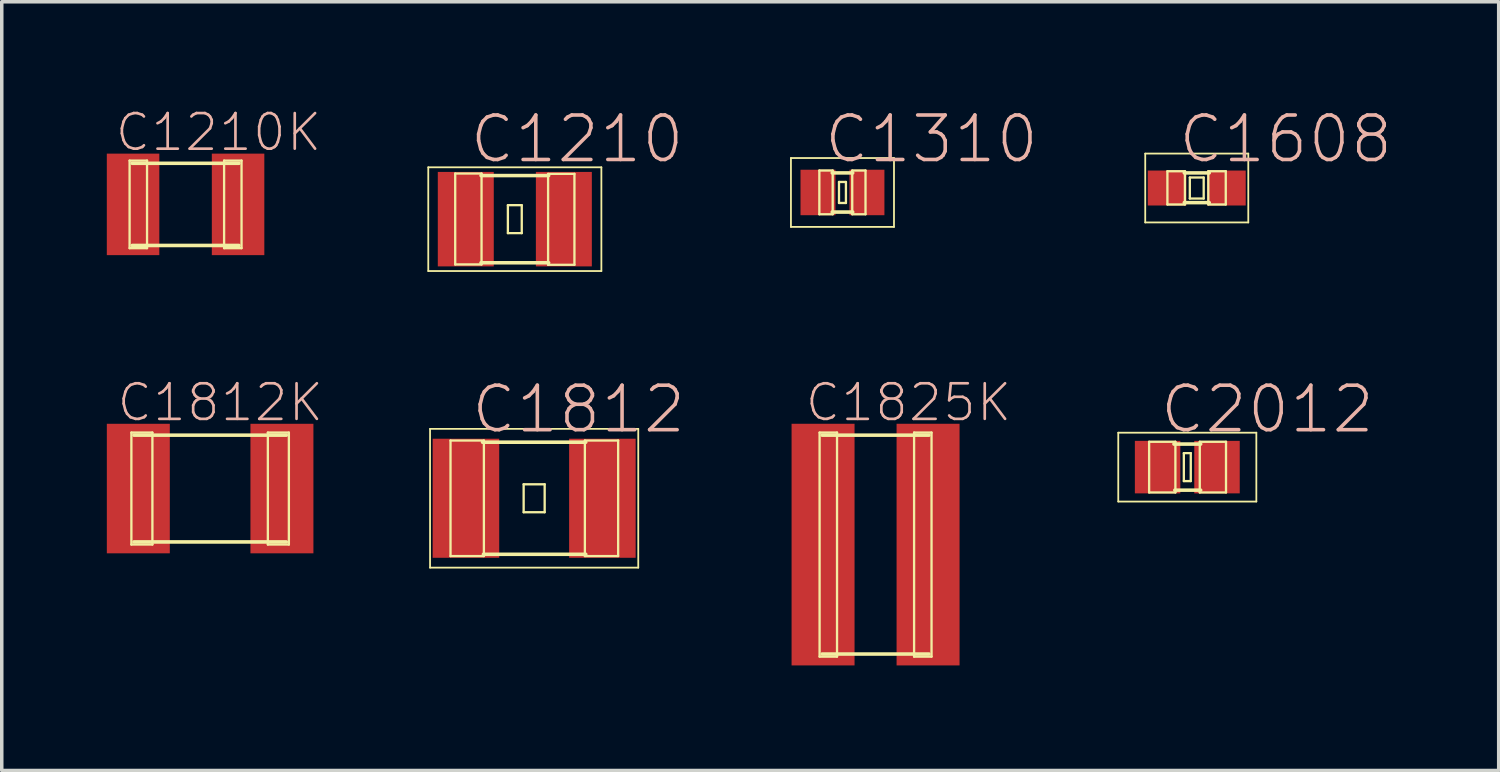
<source format=kicad_pcb>
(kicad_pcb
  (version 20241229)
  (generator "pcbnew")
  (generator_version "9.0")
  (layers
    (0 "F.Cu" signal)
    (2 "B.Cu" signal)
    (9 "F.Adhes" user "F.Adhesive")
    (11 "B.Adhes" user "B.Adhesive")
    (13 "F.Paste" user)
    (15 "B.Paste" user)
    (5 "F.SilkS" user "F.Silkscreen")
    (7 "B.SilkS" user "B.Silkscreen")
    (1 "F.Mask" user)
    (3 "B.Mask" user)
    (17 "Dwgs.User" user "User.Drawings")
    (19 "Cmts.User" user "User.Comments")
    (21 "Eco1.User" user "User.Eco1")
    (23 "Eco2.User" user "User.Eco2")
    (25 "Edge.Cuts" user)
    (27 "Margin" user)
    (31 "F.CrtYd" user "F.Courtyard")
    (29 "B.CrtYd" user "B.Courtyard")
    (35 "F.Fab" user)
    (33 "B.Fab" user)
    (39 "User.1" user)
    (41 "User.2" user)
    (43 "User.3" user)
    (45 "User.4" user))
  (footprint "C1825K"
    (layer "F.Cu")
    (at 21.947 12.498)
    (property "Reference" "C1825K" (at 0.94 -4.056 0) (layer "B.SilkS") (effects (font (size 1.016 1.016) (thickness 0.076))))
    (attr smd)
    (fp_line (start -1.598 -3.198) (end -1.1 -3.198) (stroke (width 0.066) (type solid)) (layer "F.SilkS"))
    (fp_line (start -1.598 3.198) (end -1.598 -3.198) (stroke (width 0.066) (type solid)) (layer "F.SilkS"))
    (fp_line (start -1.598 3.198) (end -1.1 3.198) (stroke (width 0.066) (type solid)) (layer "F.SilkS"))
    (fp_line (start -1.524 -3.124) (end 1.524 -3.124) (stroke (width 0.102) (type solid)) (layer "F.SilkS"))
    (fp_line (start -1.1 3.198) (end -1.1 -3.198) (stroke (width 0.066) (type solid)) (layer "F.SilkS"))
    (fp_line (start 1.1 -3.198) (end 1.598 -3.198) (stroke (width 0.066) (type solid)) (layer "F.SilkS"))
    (fp_line (start 1.1 3.198) (end 1.1 -3.198) (stroke (width 0.066) (type solid)) (layer "F.SilkS"))
    (fp_line (start 1.1 3.198) (end 1.598 3.198) (stroke (width 0.066) (type solid)) (layer "F.SilkS"))
    (fp_line (start 1.524 3.124) (end -1.524 3.124) (stroke (width 0.102) (type solid)) (layer "F.SilkS"))
    (fp_line (start 1.598 3.198) (end 1.598 -3.198) (stroke (width 0.066) (type solid)) (layer "F.SilkS"))
    (pad "1" smd rect (at -1.499 0) (size 1.798 6.899) (layers "F.Cu" "F.Mask" "F.Paste"))
    (pad "2" smd rect (at 1.499 0) (size 1.798 6.899) (layers "F.Cu" "F.Mask" "F.Paste")))
  (footprint "C2012"
    (layer "F.Cu")
    (at 30.847 10.286)
    (property "Reference" "C2012" (at 2.286 -1.651 0) (layer "B.SilkS") (effects (font (size 1.27 1.27) (thickness 0.102))))
    (attr smd)
    (fp_line (start -1.971 -0.983) (end 1.971 -0.983) (stroke (width 0.051) (type solid)) (layer "F.SilkS"))
    (fp_line (start -1.971 0.983) (end -1.971 -0.983) (stroke (width 0.051) (type solid)) (layer "F.SilkS"))
    (fp_line (start -1.09 -0.724) (end -0.34 -0.724) (stroke (width 0.066) (type solid)) (layer "F.SilkS"))
    (fp_line (start -1.09 0.724) (end -1.09 -0.724) (stroke (width 0.066) (type solid)) (layer "F.SilkS"))
    (fp_line (start -1.09 0.724) (end -0.34 0.724) (stroke (width 0.066) (type solid)) (layer "F.SilkS"))
    (fp_line (start -0.381 -0.658) (end 0.381 -0.658) (stroke (width 0.102) (type solid)) (layer "F.SilkS"))
    (fp_line (start -0.356 0.658) (end 0.381 0.658) (stroke (width 0.102) (type solid)) (layer "F.SilkS"))
    (fp_line (start -0.34 0.724) (end -0.34 -0.724) (stroke (width 0.066) (type solid)) (layer "F.SilkS"))
    (fp_line (start -0.099 -0.399) (end 0.099 -0.399) (stroke (width 0.066) (type solid)) (layer "F.SilkS"))
    (fp_line (start -0.099 0.399) (end -0.099 -0.399) (stroke (width 0.066) (type solid)) (layer "F.SilkS"))
    (fp_line (start -0.099 0.399) (end 0.099 0.399) (stroke (width 0.066) (type solid)) (layer "F.SilkS"))
    (fp_line (start 0.099 0.399) (end 0.099 -0.399) (stroke (width 0.066) (type solid)) (layer "F.SilkS"))
    (fp_line (start 0.356 -0.724) (end 1.105 -0.724) (stroke (width 0.066) (type solid)) (layer "F.SilkS"))
    (fp_line (start 0.356 0.724) (end 0.356 -0.724) (stroke (width 0.066) (type solid)) (layer "F.SilkS"))
    (fp_line (start 0.356 0.724) (end 1.105 0.724) (stroke (width 0.066) (type solid)) (layer "F.SilkS"))
    (fp_line (start 1.105 0.724) (end 1.105 -0.724) (stroke (width 0.066) (type solid)) (layer "F.SilkS"))
    (fp_line (start 1.971 -0.983) (end 1.971 0.983) (stroke (width 0.051) (type solid)) (layer "F.SilkS"))
    (fp_line (start 1.971 0.983) (end -1.971 0.983) (stroke (width 0.051) (type solid)) (layer "F.SilkS"))
    (pad "1" smd rect (at -0.848 0) (size 1.298 1.499) (layers "F.Cu" "F.Mask" "F.Paste"))
    (pad "2" smd rect (at 0.848 0) (size 1.298 1.499) (layers "F.Cu" "F.Mask" "F.Paste")))
  (footprint "C1210"
    (layer "F.Cu")
    (at 11.648 3.207)
    (property "Reference" "C1210" (at 1.778 -2.286 0) (layer "B.SilkS") (effects (font (size 1.27 1.27) (thickness 0.102))))
    (attr smd)
    (fp_line (start -2.471 -1.481) (end 2.471 -1.481) (stroke (width 0.051) (type solid)) (layer "F.SilkS"))
    (fp_line (start -2.471 1.481) (end -2.471 -1.481) (stroke (width 0.051) (type solid)) (layer "F.SilkS"))
    (fp_line (start -1.702 -1.303) (end -0.95 -1.303) (stroke (width 0.066) (type solid)) (layer "F.SilkS"))
    (fp_line (start -1.702 1.293) (end -1.702 -1.303) (stroke (width 0.066) (type solid)) (layer "F.SilkS"))
    (fp_line (start -1.702 1.293) (end -0.95 1.293) (stroke (width 0.066) (type solid)) (layer "F.SilkS"))
    (fp_line (start -0.965 -1.245) (end 0.965 -1.245) (stroke (width 0.102) (type solid)) (layer "F.SilkS"))
    (fp_line (start -0.965 1.245) (end 0.965 1.245) (stroke (width 0.102) (type solid)) (layer "F.SilkS"))
    (fp_line (start -0.95 1.293) (end -0.95 -1.303) (stroke (width 0.066) (type solid)) (layer "F.SilkS"))
    (fp_line (start -0.198 -0.399) (end 0.198 -0.399) (stroke (width 0.066) (type solid)) (layer "F.SilkS"))
    (fp_line (start -0.198 0.399) (end -0.198 -0.399) (stroke (width 0.066) (type solid)) (layer "F.SilkS"))
    (fp_line (start -0.198 0.399) (end 0.198 0.399) (stroke (width 0.066) (type solid)) (layer "F.SilkS"))
    (fp_line (start 0.198 0.399) (end 0.198 -0.399) (stroke (width 0.066) (type solid)) (layer "F.SilkS"))
    (fp_line (start 0.95 -1.293) (end 1.702 -1.293) (stroke (width 0.066) (type solid)) (layer "F.SilkS"))
    (fp_line (start 0.95 1.303) (end 0.95 -1.293) (stroke (width 0.066) (type solid)) (layer "F.SilkS"))
    (fp_line (start 0.95 1.303) (end 1.702 1.303) (stroke (width 0.066) (type solid)) (layer "F.SilkS"))
    (fp_line (start 1.702 1.303) (end 1.702 -1.293) (stroke (width 0.066) (type solid)) (layer "F.SilkS"))
    (fp_line (start 2.471 -1.481) (end 2.471 1.481) (stroke (width 0.051) (type solid)) (layer "F.SilkS"))
    (fp_line (start 2.471 1.481) (end -2.471 1.481) (stroke (width 0.051) (type solid)) (layer "F.SilkS"))
    (pad "1" smd rect (at -1.4 0) (size 1.598 2.697) (layers "F.Cu" "F.Mask" "F.Paste"))
    (pad "2" smd rect (at 1.4 0) (size 1.598 2.697) (layers "F.Cu" "F.Mask" "F.Paste")))
  (footprint "C1812K"
    (layer "F.Cu")
    (at 2.949 10.898)
    (property "Reference" "C1812K" (at 0.29 -2.456 0) (layer "B.SilkS") (effects (font (size 1.016 1.016) (thickness 0.076))))
    (attr smd)
    (fp_line (start -2.248 -1.598) (end -1.648 -1.598) (stroke (width 0.066) (type solid)) (layer "F.SilkS"))
    (fp_line (start -2.248 1.598) (end -2.248 -1.598) (stroke (width 0.066) (type solid)) (layer "F.SilkS"))
    (fp_line (start -2.248 1.598) (end -1.648 1.598) (stroke (width 0.066) (type solid)) (layer "F.SilkS"))
    (fp_line (start -2.174 -1.524) (end 2.174 -1.524) (stroke (width 0.102) (type solid)) (layer "F.SilkS"))
    (fp_line (start -1.648 1.598) (end -1.648 -1.598) (stroke (width 0.066) (type solid)) (layer "F.SilkS"))
    (fp_line (start 1.648 -1.598) (end 2.248 -1.598) (stroke (width 0.066) (type solid)) (layer "F.SilkS"))
    (fp_line (start 1.648 1.598) (end 1.648 -1.598) (stroke (width 0.066) (type solid)) (layer "F.SilkS"))
    (fp_line (start 1.648 1.598) (end 2.248 1.598) (stroke (width 0.066) (type solid)) (layer "F.SilkS"))
    (fp_line (start 2.174 1.524) (end -2.174 1.524) (stroke (width 0.102) (type solid)) (layer "F.SilkS"))
    (fp_line (start 2.248 1.598) (end 2.248 -1.598) (stroke (width 0.066) (type solid)) (layer "F.SilkS"))
    (pad "1" smd rect (at -2.05 0) (size 1.798 3.698) (layers "F.Cu" "F.Mask" "F.Paste"))
    (pad "2" smd rect (at 2.05 0) (size 1.798 3.698) (layers "F.Cu" "F.Mask" "F.Paste")))
  (footprint "C1812"
    (layer "F.Cu")
    (at 12.2 11.175)
    (property "Reference" "C1812" (at 1.27 -2.54 0) (layer "B.SilkS") (effects (font (size 1.27 1.27) (thickness 0.102))))
    (attr smd)
    (fp_line (start -2.972 -1.981) (end 2.972 -1.981) (stroke (width 0.051) (type solid)) (layer "F.SilkS"))
    (fp_line (start -2.972 1.981) (end -2.972 -1.981) (stroke (width 0.051) (type solid)) (layer "F.SilkS"))
    (fp_line (start -2.388 -1.648) (end -1.435 -1.648) (stroke (width 0.066) (type solid)) (layer "F.SilkS"))
    (fp_line (start -2.388 1.651) (end -2.388 -1.648) (stroke (width 0.066) (type solid)) (layer "F.SilkS"))
    (fp_line (start -2.388 1.651) (end -1.435 1.651) (stroke (width 0.066) (type solid)) (layer "F.SilkS"))
    (fp_line (start -1.473 -1.6) (end 1.473 -1.6) (stroke (width 0.102) (type solid)) (layer "F.SilkS"))
    (fp_line (start -1.448 1.6) (end 1.473 1.6) (stroke (width 0.102) (type solid)) (layer "F.SilkS"))
    (fp_line (start -1.435 1.651) (end -1.435 -1.648) (stroke (width 0.066) (type solid)) (layer "F.SilkS"))
    (fp_line (start -0.3 -0.399) (end 0.3 -0.399) (stroke (width 0.066) (type solid)) (layer "F.SilkS"))
    (fp_line (start -0.3 0.399) (end -0.3 -0.399) (stroke (width 0.066) (type solid)) (layer "F.SilkS"))
    (fp_line (start -0.3 0.399) (end 0.3 0.399) (stroke (width 0.066) (type solid)) (layer "F.SilkS"))
    (fp_line (start 0.3 0.399) (end 0.3 -0.399) (stroke (width 0.066) (type solid)) (layer "F.SilkS"))
    (fp_line (start 1.448 -1.648) (end 2.398 -1.648) (stroke (width 0.066) (type solid)) (layer "F.SilkS"))
    (fp_line (start 1.448 1.651) (end 1.448 -1.648) (stroke (width 0.066) (type solid)) (layer "F.SilkS"))
    (fp_line (start 1.448 1.651) (end 2.398 1.651) (stroke (width 0.066) (type solid)) (layer "F.SilkS"))
    (fp_line (start 2.398 1.651) (end 2.398 -1.648) (stroke (width 0.066) (type solid)) (layer "F.SilkS"))
    (fp_line (start 2.972 -1.981) (end 2.972 1.981) (stroke (width 0.051) (type solid)) (layer "F.SilkS"))
    (fp_line (start 2.972 1.981) (end -2.972 1.981) (stroke (width 0.051) (type solid)) (layer "F.SilkS"))
    (pad "1" smd rect (at -1.948 0) (size 1.9 3.399) (layers "F.Cu" "F.Mask" "F.Paste"))
    (pad "2" smd rect (at 1.948 0) (size 1.9 3.399) (layers "F.Cu" "F.Mask" "F.Paste")))
  (footprint "C1608"
    (layer "F.Cu")
    (at 31.117 2.318)
    (property "Reference" "C1608" (at 2.54 -1.397 0) (layer "B.SilkS") (effects (font (size 1.27 1.27) (thickness 0.102))))
    (attr smd)
    (fp_line (start -1.471 -0.983) (end 1.471 -0.983) (stroke (width 0.051) (type solid)) (layer "F.SilkS"))
    (fp_line (start -1.471 0.983) (end -1.471 -0.983) (stroke (width 0.051) (type solid)) (layer "F.SilkS"))
    (fp_line (start -0.838 -0.48) (end -0.338 -0.48) (stroke (width 0.066) (type solid)) (layer "F.SilkS"))
    (fp_line (start -0.838 0.47) (end -0.838 -0.48) (stroke (width 0.066) (type solid)) (layer "F.SilkS"))
    (fp_line (start -0.838 0.47) (end -0.338 0.47) (stroke (width 0.066) (type solid)) (layer "F.SilkS"))
    (fp_line (start -0.356 -0.432) (end 0.356 -0.432) (stroke (width 0.102) (type solid)) (layer "F.SilkS"))
    (fp_line (start -0.356 0.417) (end 0.356 0.417) (stroke (width 0.102) (type solid)) (layer "F.SilkS"))
    (fp_line (start -0.338 0.47) (end -0.338 -0.48) (stroke (width 0.066) (type solid)) (layer "F.SilkS"))
    (fp_line (start -0.198 -0.3) (end 0.198 -0.3) (stroke (width 0.066) (type solid)) (layer "F.SilkS"))
    (fp_line (start -0.198 0.3) (end -0.198 -0.3) (stroke (width 0.066) (type solid)) (layer "F.SilkS"))
    (fp_line (start -0.198 0.3) (end 0.198 0.3) (stroke (width 0.066) (type solid)) (layer "F.SilkS"))
    (fp_line (start 0.198 0.3) (end 0.198 -0.3) (stroke (width 0.066) (type solid)) (layer "F.SilkS"))
    (fp_line (start 0.33 -0.48) (end 0.828 -0.48) (stroke (width 0.066) (type solid)) (layer "F.SilkS"))
    (fp_line (start 0.33 0.47) (end 0.33 -0.48) (stroke (width 0.066) (type solid)) (layer "F.SilkS"))
    (fp_line (start 0.33 0.47) (end 0.828 0.47) (stroke (width 0.066) (type solid)) (layer "F.SilkS"))
    (fp_line (start 0.828 0.47) (end 0.828 -0.48) (stroke (width 0.066) (type solid)) (layer "F.SilkS"))
    (fp_line (start 1.471 -0.983) (end 1.471 0.983) (stroke (width 0.051) (type solid)) (layer "F.SilkS"))
    (fp_line (start 1.471 0.983) (end -1.471 0.983) (stroke (width 0.051) (type solid)) (layer "F.SilkS"))
    (pad "1" smd rect (at -0.848 0) (size 1.1 0.998) (layers "F.Cu" "F.Mask" "F.Paste"))
    (pad "2" smd rect (at 0.848 0) (size 1.1 0.998) (layers "F.Cu" "F.Mask" "F.Paste")))
  (footprint "C1210K"
    (layer "F.Cu")
    (at 2.248 2.785)
    (property "Reference" "C1210K" (at 0.94 -2.057 0) (layer "B.SilkS") (effects (font (size 1.016 1.016) (thickness 0.076))))
    (attr smd)
    (fp_line (start -1.598 -1.25) (end -1.1 -1.25) (stroke (width 0.066) (type solid)) (layer "F.SilkS"))
    (fp_line (start -1.598 1.25) (end -1.598 -1.25) (stroke (width 0.066) (type solid)) (layer "F.SilkS"))
    (fp_line (start -1.598 1.25) (end -1.1 1.25) (stroke (width 0.066) (type solid)) (layer "F.SilkS"))
    (fp_line (start -1.524 -1.173) (end 1.524 -1.173) (stroke (width 0.102) (type solid)) (layer "F.SilkS"))
    (fp_line (start -1.1 1.25) (end -1.1 -1.25) (stroke (width 0.066) (type solid)) (layer "F.SilkS"))
    (fp_line (start 1.1 -1.25) (end 1.598 -1.25) (stroke (width 0.066) (type solid)) (layer "F.SilkS"))
    (fp_line (start 1.1 1.25) (end 1.1 -1.25) (stroke (width 0.066) (type solid)) (layer "F.SilkS"))
    (fp_line (start 1.1 1.25) (end 1.598 1.25) (stroke (width 0.066) (type solid)) (layer "F.SilkS"))
    (fp_line (start 1.524 1.173) (end -1.524 1.173) (stroke (width 0.102) (type solid)) (layer "F.SilkS"))
    (fp_line (start 1.598 1.25) (end 1.598 -1.25) (stroke (width 0.066) (type solid)) (layer "F.SilkS"))
    (pad "1" smd rect (at -1.499 0) (size 1.499 2.898) (layers "F.Cu" "F.Mask" "F.Paste"))
    (pad "2" smd rect (at 1.499 0) (size 1.499 2.898) (layers "F.Cu" "F.Mask" "F.Paste")))
  (footprint "C1310"
    (layer "F.Cu")
    (at 21.002 2.445)
    (property "Reference" "C1310" (at 2.54 -1.524 0) (layer "B.SilkS") (effects (font (size 1.27 1.27) (thickness 0.102))))
    (attr smd)
    (fp_line (start -1.471 -0.983) (end 1.471 -0.983) (stroke (width 0.051) (type solid)) (layer "F.SilkS"))
    (fp_line (start -1.471 0.983) (end -1.471 -0.983) (stroke (width 0.051) (type solid)) (layer "F.SilkS"))
    (fp_line (start -0.66 -0.627) (end -0.279 -0.627) (stroke (width 0.066) (type solid)) (layer "F.SilkS"))
    (fp_line (start -0.66 0.622) (end -0.66 -0.627) (stroke (width 0.066) (type solid)) (layer "F.SilkS"))
    (fp_line (start -0.66 0.622) (end -0.279 0.622) (stroke (width 0.066) (type solid)) (layer "F.SilkS"))
    (fp_line (start -0.292 -0.559) (end 0.292 -0.559) (stroke (width 0.102) (type solid)) (layer "F.SilkS"))
    (fp_line (start -0.292 0.559) (end 0.292 0.559) (stroke (width 0.102) (type solid)) (layer "F.SilkS"))
    (fp_line (start -0.279 0.622) (end -0.279 -0.627) (stroke (width 0.066) (type solid)) (layer "F.SilkS"))
    (fp_line (start -0.099 -0.3) (end 0.099 -0.3) (stroke (width 0.066) (type solid)) (layer "F.SilkS"))
    (fp_line (start -0.099 0.3) (end -0.099 -0.3) (stroke (width 0.066) (type solid)) (layer "F.SilkS"))
    (fp_line (start -0.099 0.3) (end 0.099 0.3) (stroke (width 0.066) (type solid)) (layer "F.SilkS"))
    (fp_line (start 0.099 0.3) (end 0.099 -0.3) (stroke (width 0.066) (type solid)) (layer "F.SilkS"))
    (fp_line (start 0.279 -0.627) (end 0.658 -0.627) (stroke (width 0.066) (type solid)) (layer "F.SilkS"))
    (fp_line (start 0.279 0.622) (end 0.279 -0.627) (stroke (width 0.066) (type solid)) (layer "F.SilkS"))
    (fp_line (start 0.279 0.622) (end 0.658 0.622) (stroke (width 0.066) (type solid)) (layer "F.SilkS"))
    (fp_line (start 0.658 0.622) (end 0.658 -0.627) (stroke (width 0.066) (type solid)) (layer "F.SilkS"))
    (fp_line (start 1.471 -0.983) (end 1.471 0.983) (stroke (width 0.051) (type solid)) (layer "F.SilkS"))
    (fp_line (start 1.471 0.983) (end -1.471 0.983) (stroke (width 0.051) (type solid)) (layer "F.SilkS"))
    (pad "1" smd rect (at -0.699 0) (size 0.998 1.298) (layers "F.Cu" "F.Mask" "F.Paste"))
    (pad "2" smd rect (at 0.699 0) (size 0.998 1.298) (layers "F.Cu" "F.Mask" "F.Paste")))
  (gr_rect
    (start -3 -3)
    (end 39.737 18.947)
    (stroke (width 0.1) (type default))
    (fill no)
    (layer "Edge.Cuts")))
</source>
